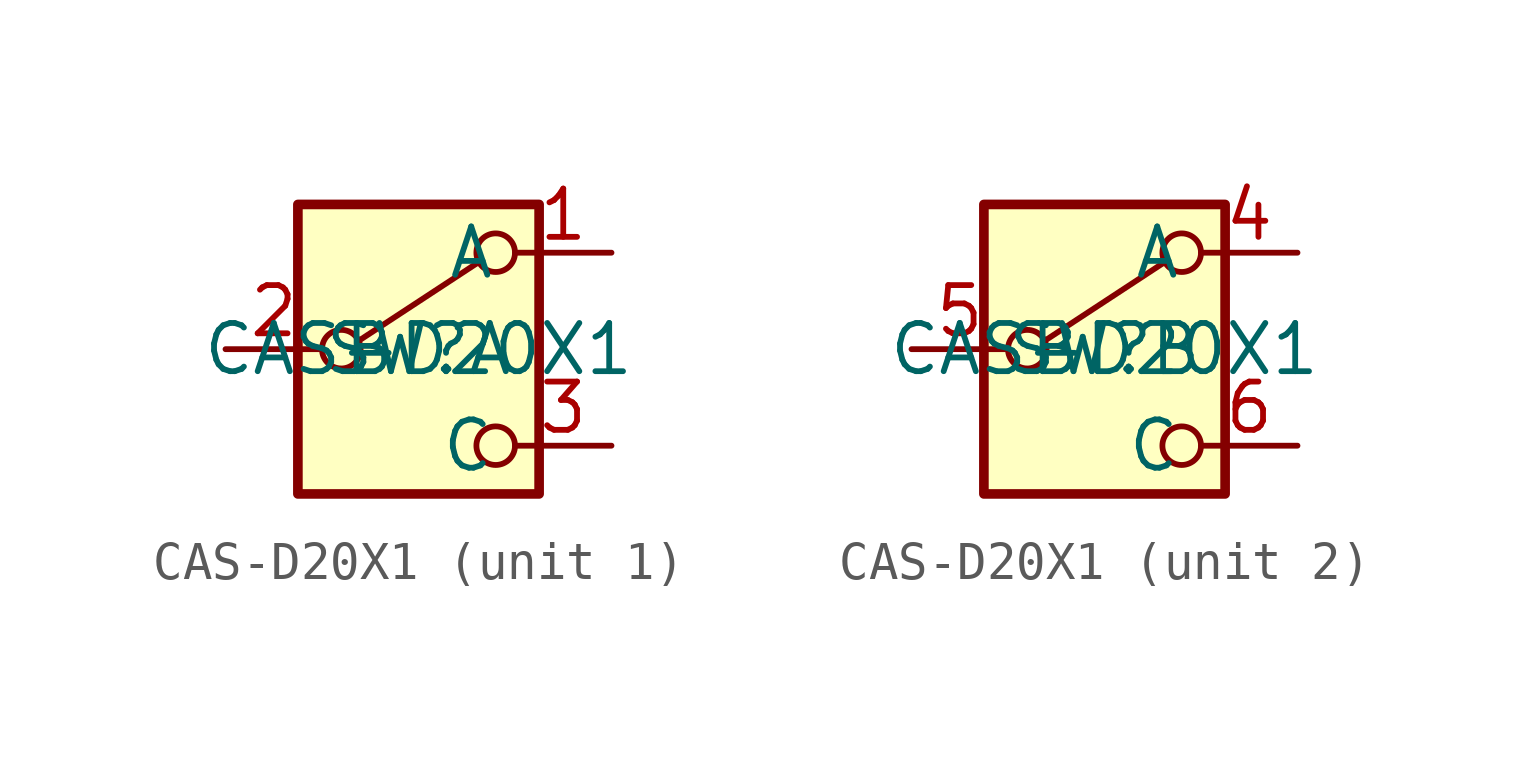
<source format=kicad_sym>
(kicad_symbol_lib
  (version 20231120)
  (generator "kicad_symbol_editor")
  (generator_version "8.0")
  (symbol "CAS-D20X1"
    (property "Reference" "SW"
      (at 0 0 0)
      (effects (font (size 1.27 1.27))))
    (property "Value" "CAS-D20X1"
      (at 0 0 0)
      (effects (font (size 1.27 1.27))))
    (symbol "CAS-D20X1_0_0"
      (circle (center -2.032 0) (radius 0.508) (stroke (width 0) (type default)) (fill (type none)))
      (circle (center 2.032 -2.54) (radius 0.508) (stroke (width 0) (type default)) (fill (type none))))
    (symbol "CAS-D20X1_0_1"
      (rectangle (start -3.175 3.81) (end 3.175 -3.81) (stroke (width 0.254) (type default)) (fill (type background)))
      (polyline (pts (xy -1.524 0.254) (xy 1.575 2.286)) (stroke (width 0) (type default)) (fill (type none)))
      (circle (center 2.032 2.54) (radius 0.508) (stroke (width 0) (type default)) (fill (type none))))
    (symbol "CAS-D20X1_1_1"
      (pin passive line (at 5.08 2.54 180) (length 2.54) (name "A" (effects (font (size 1.27 1.27)))) (number "1" (effects (font (size 1.27 1.27)))))
      (pin passive line (at -5.08 0 0) (length 2.54) (name "B" (effects (font (size 1.27 1.27)))) (number "2" (effects (font (size 1.27 1.27)))))
      (pin passive line (at 5.08 -2.54 180) (length 2.54) (name "C" (effects (font (size 1.27 1.27)))) (number "3" (effects (font (size 1.27 1.27))))))
    (symbol "CAS-D20X1_2_1"
      (pin passive line (at 5.08 2.54 180) (length 2.54) (name "A" (effects (font (size 1.27 1.27)))) (number "4" (effects (font (size 1.27 1.27)))))
      (pin passive line (at -5.08 0 0) (length 2.54) (name "B" (effects (font (size 1.27 1.27)))) (number "5" (effects (font (size 1.27 1.27)))))
      (pin passive line (at 5.08 -2.54 180) (length 2.54) (name "C" (effects (font (size 1.27 1.27)))) (number "6" (effects (font (size 1.27 1.27))))))))
</source>
